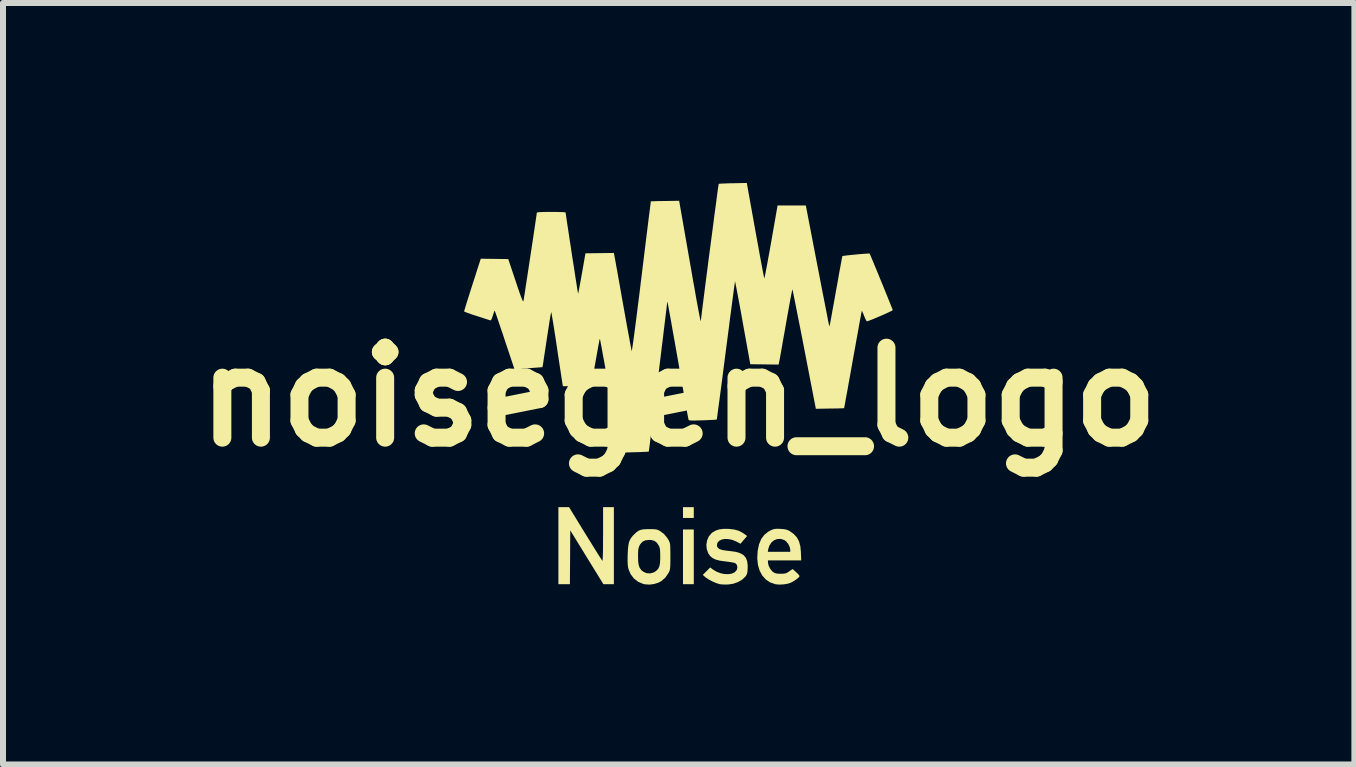
<source format=kicad_pcb>
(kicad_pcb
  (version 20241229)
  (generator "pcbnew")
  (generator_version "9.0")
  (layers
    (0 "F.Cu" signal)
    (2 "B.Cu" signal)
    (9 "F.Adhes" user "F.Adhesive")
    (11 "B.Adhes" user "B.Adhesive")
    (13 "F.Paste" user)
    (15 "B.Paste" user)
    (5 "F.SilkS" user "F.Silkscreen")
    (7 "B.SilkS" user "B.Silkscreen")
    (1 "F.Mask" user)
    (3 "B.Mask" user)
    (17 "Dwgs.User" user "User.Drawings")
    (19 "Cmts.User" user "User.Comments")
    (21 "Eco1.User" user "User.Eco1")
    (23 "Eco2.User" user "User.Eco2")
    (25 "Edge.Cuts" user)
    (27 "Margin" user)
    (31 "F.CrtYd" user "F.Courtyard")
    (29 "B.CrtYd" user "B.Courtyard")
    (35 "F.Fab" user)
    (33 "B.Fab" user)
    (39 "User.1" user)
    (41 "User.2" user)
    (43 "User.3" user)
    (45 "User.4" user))
  (footprint "noisegen_logo"
    (layer "F.Cu")
    (at 8.264 3.568)
    (property "Reference" "noisegen_logo" (at 0 0 0) (layer "F.SilkS") (effects (font (size 1.5 1.5) (thickness 0.3))))
    (attr board_only exclude_from_pos_files exclude_from_bom)
    (fp_poly (pts (xy 0.252 1.927) (xy 0.252 2.017) (xy 0.162 2.017) (xy 0.072 2.017) (xy 0.072 1.927) (xy 0.072 1.837) (xy 0.162 1.837) (xy 0.252 1.837)) (stroke (width 0) (type solid)) (fill yes) (layer "F.SilkS"))
    (fp_poly (pts (xy 0.252 2.665) (xy 0.252 3.121) (xy 0.162 3.121) (xy 0.072 3.121) (xy 0.072 2.665) (xy 0.072 2.209) (xy 0.162 2.209) (xy 0.252 2.209)) (stroke (width 0) (type solid)) (fill yes) (layer "F.SilkS"))
    (fp_poly (pts (xy -1.555 2.281) (xy -1.497 2.374) (xy -1.443 2.461) (xy -1.394 2.54) (xy -1.352 2.608) (xy -1.317 2.663) (xy -1.291 2.703) (xy -1.275 2.727) (xy -1.271 2.732) (xy -1.269 2.722) (xy -1.266 2.69) (xy -1.264 2.637) (xy -1.262 2.567) (xy -1.261 2.48) (xy -1.261 2.378) (xy -1.26 2.287) (xy -1.26 1.837) (xy -1.17 1.837) (xy -1.08 1.837) (xy -1.08 2.479) (xy -1.08 3.121) (xy -1.168 3.121) (xy -1.255 3.121) (xy -1.531 2.673) (xy -1.807 2.224) (xy -1.81 2.673) (xy -1.813 3.121) (xy -1.909 3.121) (xy -2.005 3.121) (xy -2.005 2.479) (xy -2.005 1.837) (xy -1.916 1.837) (xy -1.827 1.837)) (stroke (width 0) (type solid)) (fill yes) (layer "F.SilkS"))
    (fp_poly (pts (xy 1.694 2.199) (xy 1.698 2.199) (xy 1.755 2.204) (xy 1.798 2.212) (xy 1.833 2.226) (xy 1.85 2.235) (xy 1.918 2.284) (xy 1.97 2.34) (xy 2.006 2.406) (xy 2.028 2.487) (xy 2.038 2.586) (xy 2.038 2.596) (xy 2.043 2.725) (xy 1.766 2.725) (xy 1.488 2.725) (xy 1.489 2.758) (xy 1.498 2.808) (xy 1.523 2.86) (xy 1.557 2.904) (xy 1.574 2.918) (xy 1.601 2.934) (xy 1.63 2.943) (xy 1.67 2.947) (xy 1.701 2.947) (xy 1.748 2.946) (xy 1.781 2.941) (xy 1.81 2.929) (xy 1.842 2.908) (xy 1.843 2.907) (xy 1.899 2.868) (xy 1.957 2.919) (xy 1.987 2.948) (xy 2.008 2.973) (xy 2.015 2.986) (xy 2.007 3.002) (xy 1.982 3.025) (xy 1.946 3.052) (xy 1.905 3.078) (xy 1.866 3.098) (xy 1.815 3.114) (xy 1.75 3.124) (xy 1.682 3.128) (xy 1.622 3.123) (xy 1.613 3.121) (xy 1.526 3.092) (xy 1.453 3.043) (xy 1.394 2.977) (xy 1.35 2.896) (xy 1.322 2.8) (xy 1.31 2.692) (xy 1.316 2.581) (xy 1.486 2.581) (xy 1.673 2.581) (xy 1.861 2.581) (xy 1.861 2.547) (xy 1.851 2.5) (xy 1.827 2.451) (xy 1.793 2.409) (xy 1.764 2.387) (xy 1.704 2.366) (xy 1.644 2.368) (xy 1.59 2.389) (xy 1.544 2.428) (xy 1.51 2.483) (xy 1.494 2.536) (xy 1.486 2.581) (xy 1.316 2.581) (xy 1.316 2.572) (xy 1.318 2.561) (xy 1.34 2.456) (xy 1.376 2.369) (xy 1.427 2.299) (xy 1.493 2.246) (xy 1.535 2.223) (xy 1.571 2.208) (xy 1.604 2.2) (xy 1.642 2.197)) (stroke (width 0) (type solid)) (fill yes) (layer "F.SilkS"))
    (fp_poly (pts (xy 0.831 2.199) (xy 0.923 2.209) (xy 1 2.23) (xy 1.068 2.265) (xy 1.101 2.288) (xy 1.141 2.318) (xy 1.086 2.382) (xy 1.031 2.447) (xy 0.959 2.409) (xy 0.893 2.382) (xy 0.828 2.369) (xy 0.768 2.367) (xy 0.715 2.378) (xy 0.674 2.399) (xy 0.647 2.43) (xy 0.638 2.47) (xy 0.642 2.493) (xy 0.654 2.516) (xy 0.68 2.535) (xy 0.721 2.549) (xy 0.782 2.56) (xy 0.85 2.568) (xy 0.947 2.581) (xy 1.023 2.603) (xy 1.08 2.635) (xy 1.119 2.679) (xy 1.142 2.737) (xy 1.151 2.81) (xy 1.15 2.863) (xy 1.147 2.912) (xy 1.14 2.946) (xy 1.127 2.974) (xy 1.11 2.997) (xy 1.057 3.046) (xy 0.988 3.086) (xy 0.908 3.114) (xy 0.828 3.126) (xy 0.775 3.127) (xy 0.724 3.125) (xy 0.686 3.121) (xy 0.627 3.103) (xy 0.562 3.075) (xy 0.5 3.042) (xy 0.45 3.008) (xy 0.444 3.003) (xy 0.402 2.966) (xy 0.464 2.904) (xy 0.526 2.842) (xy 0.566 2.873) (xy 0.629 2.911) (xy 0.697 2.938) (xy 0.765 2.952) (xy 0.831 2.954) (xy 0.889 2.944) (xy 0.936 2.921) (xy 0.967 2.886) (xy 0.973 2.874) (xy 0.979 2.832) (xy 0.968 2.795) (xy 0.944 2.771) (xy 0.923 2.764) (xy 0.883 2.756) (xy 0.831 2.748) (xy 0.775 2.741) (xy 0.688 2.729) (xy 0.621 2.712) (xy 0.569 2.688) (xy 0.53 2.657) (xy 0.498 2.614) (xy 0.493 2.604) (xy 0.468 2.536) (xy 0.462 2.463) (xy 0.474 2.391) (xy 0.503 2.325) (xy 0.548 2.271) (xy 0.564 2.258) (xy 0.617 2.227) (xy 0.675 2.208) (xy 0.745 2.199)) (stroke (width 0) (type solid)) (fill yes) (layer "F.SilkS"))
    (fp_poly (pts (xy -0.434 2.203) (xy -0.393 2.206) (xy -0.363 2.211) (xy -0.338 2.22) (xy -0.311 2.235) (xy -0.31 2.235) (xy -0.244 2.285) (xy -0.19 2.35) (xy -0.164 2.393) (xy -0.155 2.413) (xy -0.148 2.433) (xy -0.143 2.458) (xy -0.14 2.491) (xy -0.139 2.538) (xy -0.138 2.602) (xy -0.138 2.659) (xy -0.138 2.736) (xy -0.139 2.794) (xy -0.141 2.835) (xy -0.144 2.866) (xy -0.149 2.889) (xy -0.157 2.91) (xy -0.168 2.931) (xy -0.17 2.935) (xy -0.223 3.013) (xy -0.291 3.071) (xy -0.338 3.096) (xy -0.409 3.118) (xy -0.488 3.128) (xy -0.563 3.123) (xy -0.591 3.117) (xy -0.675 3.081) (xy -0.745 3.027) (xy -0.8 2.956) (xy -0.836 2.871) (xy -0.844 2.836) (xy -0.849 2.795) (xy -0.851 2.742) (xy -0.851 2.673) (xy -0.851 2.659) (xy -0.677 2.659) (xy -0.675 2.74) (xy -0.666 2.803) (xy -0.649 2.85) (xy -0.623 2.886) (xy -0.589 2.914) (xy -0.535 2.937) (xy -0.475 2.941) (xy -0.418 2.926) (xy -0.396 2.914) (xy -0.36 2.886) (xy -0.336 2.856) (xy -0.32 2.817) (xy -0.311 2.765) (xy -0.307 2.697) (xy -0.307 2.666) (xy -0.308 2.601) (xy -0.31 2.554) (xy -0.315 2.521) (xy -0.324 2.493) (xy -0.33 2.48) (xy -0.364 2.429) (xy -0.405 2.398) (xy -0.46 2.384) (xy -0.492 2.383) (xy -0.555 2.39) (xy -0.602 2.412) (xy -0.639 2.453) (xy -0.654 2.48) (xy -0.665 2.507) (xy -0.672 2.538) (xy -0.676 2.58) (xy -0.677 2.638) (xy -0.677 2.659) (xy -0.851 2.659) (xy -0.85 2.63) (xy -0.846 2.543) (xy -0.839 2.475) (xy -0.828 2.421) (xy -0.81 2.377) (xy -0.785 2.338) (xy -0.752 2.3) (xy -0.746 2.295) (xy -0.705 2.256) (xy -0.668 2.23) (xy -0.629 2.214) (xy -0.581 2.206) (xy -0.517 2.203) (xy -0.492 2.203)) (stroke (width 0) (type solid)) (fill yes) (layer "F.SilkS"))
    (fp_poly (pts (xy 1.278 -2.777) (xy 1.302 -2.643) (xy 1.326 -2.515) (xy 1.347 -2.396) (xy 1.367 -2.288) (xy 1.385 -2.194) (xy 1.4 -2.113) (xy 1.412 -2.05) (xy 1.421 -2.006) (xy 1.426 -1.982) (xy 1.427 -1.978) (xy 1.431 -1.988) (xy 1.438 -2.019) (xy 1.448 -2.07) (xy 1.461 -2.138) (xy 1.477 -2.221) (xy 1.494 -2.316) (xy 1.514 -2.423) (xy 1.534 -2.537) (xy 1.542 -2.581) (xy 1.649 -3.193) (xy 1.884 -3.193) (xy 2.12 -3.193) (xy 2.303 -2.242) (xy 2.339 -2.058) (xy 2.37 -1.897) (xy 2.397 -1.756) (xy 2.421 -1.635) (xy 2.441 -1.532) (xy 2.458 -1.445) (xy 2.472 -1.374) (xy 2.483 -1.316) (xy 2.492 -1.271) (xy 2.499 -1.236) (xy 2.505 -1.211) (xy 2.509 -1.195) (xy 2.512 -1.184) (xy 2.513 -1.18) (xy 2.515 -1.179) (xy 2.516 -1.181) (xy 2.516 -1.182) (xy 2.519 -1.196) (xy 2.526 -1.231) (xy 2.536 -1.286) (xy 2.549 -1.356) (xy 2.564 -1.442) (xy 2.582 -1.539) (xy 2.601 -1.645) (xy 2.621 -1.759) (xy 2.623 -1.77) (xy 2.644 -1.884) (xy 2.663 -1.991) (xy 2.68 -2.088) (xy 2.696 -2.173) (xy 2.709 -2.244) (xy 2.719 -2.299) (xy 2.726 -2.334) (xy 2.729 -2.348) (xy 2.729 -2.349) (xy 2.742 -2.352) (xy 2.775 -2.356) (xy 2.822 -2.362) (xy 2.88 -2.368) (xy 2.943 -2.374) (xy 3.006 -2.38) (xy 3.067 -2.385) (xy 3.119 -2.389) (xy 3.158 -2.391) (xy 3.18 -2.391) (xy 3.183 -2.391) (xy 3.189 -2.379) (xy 3.203 -2.347) (xy 3.223 -2.299) (xy 3.249 -2.237) (xy 3.279 -2.164) (xy 3.313 -2.083) (xy 3.348 -1.996) (xy 3.385 -1.907) (xy 3.421 -1.819) (xy 3.455 -1.734) (xy 3.487 -1.655) (xy 3.516 -1.584) (xy 3.539 -1.526) (xy 3.557 -1.482) (xy 3.567 -1.455) (xy 3.569 -1.448) (xy 3.559 -1.441) (xy 3.531 -1.426) (xy 3.489 -1.406) (xy 3.437 -1.382) (xy 3.379 -1.357) (xy 3.319 -1.331) (xy 3.262 -1.307) (xy 3.211 -1.286) (xy 3.17 -1.271) (xy 3.144 -1.262) (xy 3.139 -1.261) (xy 3.129 -1.271) (xy 3.114 -1.299) (xy 3.097 -1.338) (xy 3.092 -1.351) (xy 3.076 -1.392) (xy 3.062 -1.422) (xy 3.055 -1.437) (xy 3.054 -1.437) (xy 3.051 -1.425) (xy 3.044 -1.391) (xy 3.034 -1.338) (xy 3.021 -1.266) (xy 3.005 -1.179) (xy 2.987 -1.077) (xy 2.966 -0.964) (xy 2.944 -0.84) (xy 2.92 -0.708) (xy 2.905 -0.625) (xy 2.881 -0.489) (xy 2.858 -0.36) (xy 2.836 -0.24) (xy 2.817 -0.131) (xy 2.799 -0.035) (xy 2.784 0.046) (xy 2.773 0.111) (xy 2.764 0.157) (xy 2.759 0.182) (xy 2.758 0.187) (xy 2.746 0.188) (xy 2.713 0.189) (xy 2.664 0.191) (xy 2.601 0.192) (xy 2.53 0.193) (xy 2.521 0.193) (xy 2.287 0.197) (xy 2.095 -0.795) (xy 2.066 -0.946) (xy 2.038 -1.09) (xy 2.011 -1.225) (xy 1.986 -1.35) (xy 1.964 -1.463) (xy 1.944 -1.563) (xy 1.927 -1.647) (xy 1.914 -1.713) (xy 1.904 -1.761) (xy 1.898 -1.788) (xy 1.896 -1.793) (xy 1.893 -1.783) (xy 1.886 -1.751) (xy 1.876 -1.7) (xy 1.863 -1.633) (xy 1.848 -1.55) (xy 1.831 -1.456) (xy 1.812 -1.35) (xy 1.792 -1.238) (xy 1.79 -1.227) (xy 1.77 -1.11) (xy 1.75 -1) (xy 1.732 -0.897) (xy 1.716 -0.805) (xy 1.702 -0.727) (xy 1.691 -0.664) (xy 1.683 -0.62) (xy 1.678 -0.597) (xy 1.666 -0.54) (xy 1.43 -0.543) (xy 1.194 -0.546) (xy 1.069 -1.239) (xy 1.047 -1.365) (xy 1.025 -1.483) (xy 1.005 -1.591) (xy 0.987 -1.688) (xy 0.971 -1.771) (xy 0.958 -1.839) (xy 0.948 -1.889) (xy 0.942 -1.919) (xy 0.94 -1.928) (xy 0.938 -1.916) (xy 0.933 -1.881) (xy 0.925 -1.826) (xy 0.915 -1.752) (xy 0.903 -1.661) (xy 0.889 -1.554) (xy 0.873 -1.433) (xy 0.855 -1.3) (xy 0.837 -1.156) (xy 0.817 -1.003) (xy 0.796 -0.842) (xy 0.787 -0.775) (xy 0.766 -0.612) (xy 0.746 -0.456) (xy 0.727 -0.308) (xy 0.709 -0.17) (xy 0.692 -0.044) (xy 0.677 0.069) (xy 0.664 0.166) (xy 0.653 0.247) (xy 0.645 0.31) (xy 0.639 0.353) (xy 0.635 0.375) (xy 0.635 0.377) (xy 0.622 0.378) (xy 0.589 0.381) (xy 0.539 0.383) (xy 0.477 0.386) (xy 0.406 0.389) (xy 0.4 0.389) (xy 0.32 0.391) (xy 0.261 0.393) (xy 0.219 0.393) (xy 0.192 0.391) (xy 0.176 0.388) (xy 0.167 0.383) (xy 0.164 0.376) (xy 0.164 0.375) (xy 0.161 0.361) (xy 0.154 0.324) (xy 0.143 0.267) (xy 0.13 0.192) (xy 0.114 0.101) (xy 0.095 -0.005) (xy 0.074 -0.124) (xy 0.051 -0.254) (xy 0.026 -0.393) (xy 0.001 -0.54) (xy -0.012 -0.612) (xy -0.038 -0.761) (xy -0.063 -0.903) (xy -0.087 -1.036) (xy -0.109 -1.159) (xy -0.128 -1.27) (xy -0.146 -1.367) (xy -0.161 -1.448) (xy -0.172 -1.512) (xy -0.181 -1.556) (xy -0.186 -1.58) (xy -0.187 -1.583) (xy -0.192 -1.579) (xy -0.192 -1.573) (xy -0.193 -1.558) (xy -0.198 -1.522) (xy -0.204 -1.465) (xy -0.213 -1.391) (xy -0.224 -1.301) (xy -0.237 -1.197) (xy -0.251 -1.081) (xy -0.266 -0.954) (xy -0.283 -0.819) (xy -0.3 -0.678) (xy -0.318 -0.532) (xy -0.336 -0.384) (xy -0.355 -0.235) (xy -0.373 -0.087) (xy -0.391 0.057) (xy -0.408 0.197) (xy -0.425 0.33) (xy -0.44 0.453) (xy -0.454 0.566) (xy -0.467 0.666) (xy -0.477 0.752) (xy -0.486 0.821) (xy -0.493 0.872) (xy -0.497 0.902) (xy -0.498 0.91) (xy -0.511 0.912) (xy -0.544 0.914) (xy -0.593 0.916) (xy -0.656 0.919) (xy -0.727 0.921) (xy -0.736 0.921) (xy -0.969 0.928) (xy -0.976 0.887) (xy -0.98 0.869) (xy -0.987 0.829) (xy -0.998 0.769) (xy -1.012 0.692) (xy -1.028 0.598) (xy -1.048 0.491) (xy -1.069 0.371) (xy -1.092 0.241) (xy -1.117 0.103) (xy -1.143 -0.041) (xy -1.146 -0.059) (xy -1.172 -0.203) (xy -1.197 -0.34) (xy -1.22 -0.469) (xy -1.241 -0.586) (xy -1.261 -0.692) (xy -1.277 -0.783) (xy -1.291 -0.858) (xy -1.302 -0.915) (xy -1.309 -0.952) (xy -1.313 -0.968) (xy -1.313 -0.969) (xy -1.315 -0.967) (xy -1.317 -0.959) (xy -1.322 -0.942) (xy -1.327 -0.914) (xy -1.335 -0.874) (xy -1.345 -0.818) (xy -1.358 -0.746) (xy -1.374 -0.655) (xy -1.394 -0.544) (xy -1.406 -0.477) (xy -1.458 -0.18) (xy -1.694 -0.18) (xy -1.93 -0.18) (xy -1.936 -0.213) (xy -1.939 -0.231) (xy -1.945 -0.271) (xy -1.954 -0.329) (xy -1.965 -0.404) (xy -1.979 -0.493) (xy -1.994 -0.593) (xy -2.011 -0.702) (xy -2.028 -0.819) (xy -2.03 -0.831) (xy -2.047 -0.947) (xy -2.064 -1.054) (xy -2.079 -1.152) (xy -2.093 -1.238) (xy -2.105 -1.31) (xy -2.114 -1.365) (xy -2.121 -1.401) (xy -2.124 -1.416) (xy -2.124 -1.416) (xy -2.127 -1.405) (xy -2.134 -1.372) (xy -2.143 -1.321) (xy -2.154 -1.255) (xy -2.166 -1.175) (xy -2.18 -1.084) (xy -2.195 -0.987) (xy -2.21 -0.887) (xy -2.224 -0.794) (xy -2.237 -0.71) (xy -2.248 -0.639) (xy -2.256 -0.582) (xy -2.262 -0.544) (xy -2.265 -0.527) (xy -2.271 -0.497) (xy -2.465 -0.482) (xy -2.534 -0.476) (xy -2.597 -0.471) (xy -2.649 -0.466) (xy -2.685 -0.462) (xy -2.696 -0.46) (xy -2.734 -0.454) (xy -2.899 -0.947) (xy -2.933 -1.051) (xy -2.966 -1.147) (xy -2.995 -1.233) (xy -3.02 -1.308) (xy -3.041 -1.368) (xy -3.056 -1.411) (xy -3.065 -1.436) (xy -3.068 -1.44) (xy -3.073 -1.43) (xy -3.083 -1.402) (xy -3.096 -1.362) (xy -3.098 -1.356) (xy -3.113 -1.312) (xy -3.127 -1.284) (xy -3.137 -1.276) (xy -3.137 -1.276) (xy -3.153 -1.281) (xy -3.187 -1.292) (xy -3.237 -1.308) (xy -3.297 -1.328) (xy -3.364 -1.349) (xy -3.431 -1.371) (xy -3.489 -1.391) (xy -3.536 -1.408) (xy -3.566 -1.42) (xy -3.577 -1.426) (xy -3.577 -1.426) (xy -3.574 -1.437) (xy -3.566 -1.466) (xy -3.552 -1.512) (xy -3.532 -1.577) (xy -3.505 -1.662) (xy -3.472 -1.767) (xy -3.432 -1.892) (xy -3.384 -2.04) (xy -3.372 -2.08) (xy -3.299 -2.305) (xy -3.07 -2.302) (xy -2.841 -2.299) (xy -2.718 -1.933) (xy -2.683 -1.827) (xy -2.654 -1.743) (xy -2.631 -1.679) (xy -2.613 -1.634) (xy -2.601 -1.606) (xy -2.593 -1.594) (xy -2.589 -1.596) (xy -2.588 -1.597) (xy -2.585 -1.613) (xy -2.579 -1.651) (xy -2.57 -1.707) (xy -2.559 -1.779) (xy -2.546 -1.865) (xy -2.531 -1.962) (xy -2.515 -2.067) (xy -2.498 -2.178) (xy -2.481 -2.292) (xy -2.463 -2.407) (xy -2.446 -2.521) (xy -2.429 -2.631) (xy -2.414 -2.734) (xy -2.4 -2.827) (xy -2.388 -2.91) (xy -2.378 -2.978) (xy -2.37 -3.029) (xy -2.366 -3.061) (xy -2.365 -3.072) (xy -2.355 -3.077) (xy -2.326 -3.081) (xy -2.276 -3.083) (xy -2.204 -3.085) (xy -2.125 -3.085) (xy -2.052 -3.085) (xy -1.988 -3.083) (xy -1.936 -3.082) (xy -1.901 -3.079) (xy -1.885 -3.077) (xy -1.885 -3.076) (xy -1.883 -3.061) (xy -1.878 -3.026) (xy -1.87 -2.972) (xy -1.86 -2.903) (xy -1.847 -2.82) (xy -1.833 -2.727) (xy -1.818 -2.626) (xy -1.801 -2.519) (xy -1.785 -2.41) (xy -1.768 -2.3) (xy -1.751 -2.193) (xy -1.735 -2.09) (xy -1.721 -1.995) (xy -1.707 -1.91) (xy -1.696 -1.838) (xy -1.687 -1.781) (xy -1.68 -1.741) (xy -1.677 -1.722) (xy -1.677 -1.721) (xy -1.674 -1.731) (xy -1.667 -1.762) (xy -1.658 -1.811) (xy -1.646 -1.875) (xy -1.632 -1.951) (xy -1.617 -2.035) (xy -1.613 -2.056) (xy -1.554 -2.395) (xy -1.317 -2.398) (xy -1.081 -2.401) (xy -1.075 -2.374) (xy -1.072 -2.358) (xy -1.065 -2.32) (xy -1.054 -2.262) (xy -1.041 -2.188) (xy -1.024 -2.097) (xy -1.006 -1.993) (xy -0.985 -1.878) (xy -0.963 -1.753) (xy -0.94 -1.621) (xy -0.93 -1.566) (xy -0.906 -1.432) (xy -0.883 -1.305) (xy -0.862 -1.186) (xy -0.842 -1.078) (xy -0.824 -0.982) (xy -0.81 -0.902) (xy -0.797 -0.838) (xy -0.789 -0.793) (xy -0.784 -0.768) (xy -0.783 -0.765) (xy -0.78 -0.774) (xy -0.775 -0.805) (xy -0.767 -0.856) (xy -0.757 -0.927) (xy -0.745 -1.016) (xy -0.731 -1.121) (xy -0.715 -1.241) (xy -0.698 -1.374) (xy -0.68 -1.519) (xy -0.66 -1.674) (xy -0.64 -1.838) (xy -0.62 -2.001) (xy -0.599 -2.172) (xy -0.579 -2.336) (xy -0.56 -2.492) (xy -0.542 -2.638) (xy -0.525 -2.773) (xy -0.51 -2.894) (xy -0.497 -3.001) (xy -0.485 -3.091) (xy -0.476 -3.164) (xy -0.469 -3.218) (xy -0.465 -3.251) (xy -0.464 -3.261) (xy -0.452 -3.262) (xy -0.419 -3.263) (xy -0.37 -3.265) (xy -0.308 -3.266) (xy -0.237 -3.267) (xy -0.227 -3.267) (xy 0.008 -3.271) (xy 0.179 -2.293) (xy 0.212 -2.106) (xy 0.24 -1.942) (xy 0.266 -1.8) (xy 0.287 -1.677) (xy 0.306 -1.573) (xy 0.322 -1.487) (xy 0.335 -1.416) (xy 0.346 -1.361) (xy 0.354 -1.32) (xy 0.36 -1.291) (xy 0.365 -1.274) (xy 0.368 -1.267) (xy 0.37 -1.269) (xy 0.371 -1.277) (xy 0.373 -1.296) (xy 0.378 -1.336) (xy 0.385 -1.395) (xy 0.394 -1.471) (xy 0.406 -1.562) (xy 0.419 -1.667) (xy 0.434 -1.784) (xy 0.45 -1.909) (xy 0.467 -2.042) (xy 0.485 -2.18) (xy 0.503 -2.321) (xy 0.522 -2.464) (xy 0.541 -2.606) (xy 0.559 -2.745) (xy 0.577 -2.88) (xy 0.593 -3.008) (xy 0.609 -3.127) (xy 0.624 -3.235) (xy 0.636 -3.331) (xy 0.647 -3.412) (xy 0.656 -3.477) (xy 0.663 -3.523) (xy 0.667 -3.548) (xy 0.668 -3.553) (xy 0.681 -3.555) (xy 0.715 -3.557) (xy 0.765 -3.559) (xy 0.828 -3.562) (xy 0.899 -3.563) (xy 0.905 -3.563) (xy 1.136 -3.568)) (stroke (width 0) (type solid)) (fill yes) (layer "F.SilkS")))
  (gr_rect
    (start -3 -3)
    (end 19.529 9.695)
    (stroke (width 0.1) (type default))
    (fill no)
    (layer "Edge.Cuts")))
</source>
